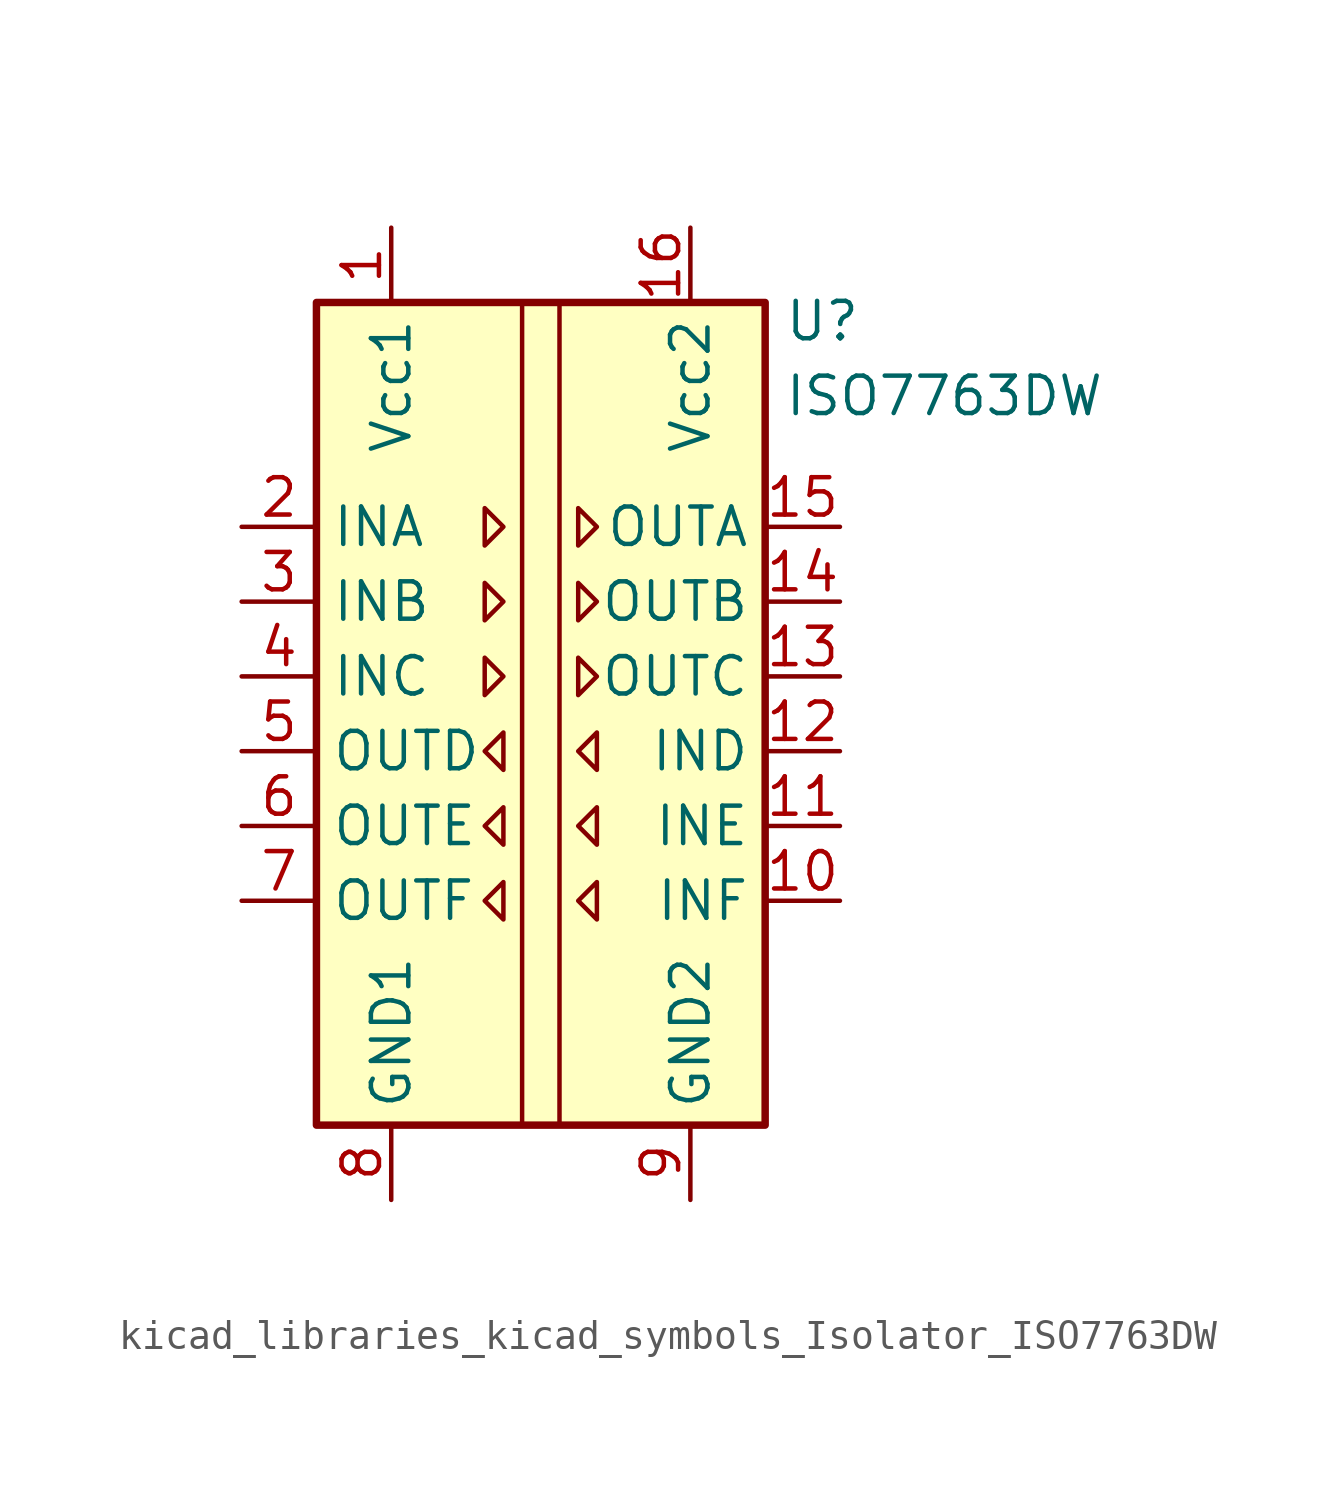
<source format=kicad_sym>
(kicad_symbol_lib
  (version 20220914)
  (generator kicad_symbol_editor)
  (symbol "kicad_libraries_kicad_symbols_Isolator_ISO7763DW"
    (property "Reference" "U"
      (at 8.255 14.605 0)
      (effects (font (size 1.27 1.27)) (justify left)))
    (property "Value" "ISO7763DW"
      (at 8.255 12.065 0)
      (effects (font (size 1.27 1.27)) (justify left)))
    (symbol "kicad_libraries_kicad_symbols_Isolator_ISO7763DW_0_1"
      (rectangle (start -7.62 15.24) (end 7.62 -12.7) (stroke (width 0.254) (type default)) (fill (type background)))
      (polyline (pts (xy -0.635 15.24) (xy -0.635 -12.7)) (stroke (width 0) (type default)) (fill (type none)))
      (polyline (pts (xy 0.635 15.24) (xy 0.635 -12.7)) (stroke (width 0) (type default)) (fill (type none)))
      (polyline (pts (xy -1.905 8.255) (xy -1.27 7.62) (xy -1.905 6.985) (xy -1.905 8.255)) (stroke (width 0) (type default)) (fill (type none)))
      (polyline (pts (xy 1.27 8.255) (xy 1.905 7.62) (xy 1.27 6.985) (xy 1.27 8.255)) (stroke (width 0) (type default)) (fill (type none))))
    (symbol "kicad_libraries_kicad_symbols_Isolator_ISO7763DW_1_1"
      (polyline (pts (xy -1.905 3.175) (xy -1.27 2.54) (xy -1.905 1.905) (xy -1.905 3.175)) (stroke (width 0) (type default)) (fill (type none)))
      (polyline (pts (xy -1.905 5.715) (xy -1.27 5.08) (xy -1.905 4.445) (xy -1.905 5.715)) (stroke (width 0) (type default)) (fill (type none)))
      (polyline (pts (xy -1.27 -4.445) (xy -1.905 -5.08) (xy -1.27 -5.715) (xy -1.27 -4.445)) (stroke (width 0) (type default)) (fill (type none)))
      (polyline (pts (xy -1.27 -1.905) (xy -1.905 -2.54) (xy -1.27 -3.175) (xy -1.27 -1.905)) (stroke (width 0) (type default)) (fill (type none)))
      (polyline (pts (xy -1.27 0.635) (xy -1.905 0) (xy -1.27 -0.635) (xy -1.27 0.635)) (stroke (width 0) (type default)) (fill (type none)))
      (polyline (pts (xy 1.27 3.175) (xy 1.905 2.54) (xy 1.27 1.905) (xy 1.27 3.175)) (stroke (width 0) (type default)) (fill (type none)))
      (polyline (pts (xy 1.27 5.715) (xy 1.905 5.08) (xy 1.27 4.445) (xy 1.27 5.715)) (stroke (width 0) (type default)) (fill (type none)))
      (polyline (pts (xy 1.905 -4.445) (xy 1.27 -5.08) (xy 1.905 -5.715) (xy 1.905 -4.445)) (stroke (width 0) (type default)) (fill (type none)))
      (polyline (pts (xy 1.905 -1.905) (xy 1.27 -2.54) (xy 1.905 -3.175) (xy 1.905 -1.905)) (stroke (width 0) (type default)) (fill (type none)))
      (polyline (pts (xy 1.905 0.635) (xy 1.27 0) (xy 1.905 -0.635) (xy 1.905 0.635)) (stroke (width 0) (type default)) (fill (type none)))
      (pin power_in line (at -5.08 17.78 270) (length 2.54) (name "Vcc1" (effects (font (size 1.27 1.27)))) (number "1" (effects (font (size 1.27 1.27)))))
      (pin input line (at 10.16 -5.08 180) (length 2.54) (name "INF" (effects (font (size 1.27 1.27)))) (number "10" (effects (font (size 1.27 1.27)))))
      (pin input line (at 10.16 -2.54 180) (length 2.54) (name "INE" (effects (font (size 1.27 1.27)))) (number "11" (effects (font (size 1.27 1.27)))))
      (pin input line (at 10.16 0 180) (length 2.54) (name "IND" (effects (font (size 1.27 1.27)))) (number "12" (effects (font (size 1.27 1.27)))))
      (pin output line (at 10.16 2.54 180) (length 2.54) (name "OUTC" (effects (font (size 1.27 1.27)))) (number "13" (effects (font (size 1.27 1.27)))))
      (pin output line (at 10.16 5.08 180) (length 2.54) (name "OUTB" (effects (font (size 1.27 1.27)))) (number "14" (effects (font (size 1.27 1.27)))))
      (pin output line (at 10.16 7.62 180) (length 2.54) (name "OUTA" (effects (font (size 1.27 1.27)))) (number "15" (effects (font (size 1.27 1.27)))))
      (pin power_in line (at 5.08 17.78 270) (length 2.54) (name "Vcc2" (effects (font (size 1.27 1.27)))) (number "16" (effects (font (size 1.27 1.27)))))
      (pin input line (at -10.16 7.62 0) (length 2.54) (name "INA" (effects (font (size 1.27 1.27)))) (number "2" (effects (font (size 1.27 1.27)))))
      (pin input line (at -10.16 5.08 0) (length 2.54) (name "INB" (effects (font (size 1.27 1.27)))) (number "3" (effects (font (size 1.27 1.27)))))
      (pin input line (at -10.16 2.54 0) (length 2.54) (name "INC" (effects (font (size 1.27 1.27)))) (number "4" (effects (font (size 1.27 1.27)))))
      (pin output line (at -10.16 0 0) (length 2.54) (name "OUTD" (effects (font (size 1.27 1.27)))) (number "5" (effects (font (size 1.27 1.27)))))
      (pin output line (at -10.16 -2.54 0) (length 2.54) (name "OUTE" (effects (font (size 1.27 1.27)))) (number "6" (effects (font (size 1.27 1.27)))))
      (pin output line (at -10.16 -5.08 0) (length 2.54) (name "OUTF" (effects (font (size 1.27 1.27)))) (number "7" (effects (font (size 1.27 1.27)))))
      (pin power_in line (at -5.08 -15.24 90) (length 2.54) (name "GND1" (effects (font (size 1.27 1.27)))) (number "8" (effects (font (size 1.27 1.27)))))
      (pin power_in line (at 5.08 -15.24 90) (length 2.54) (name "GND2" (effects (font (size 1.27 1.27)))) (number "9" (effects (font (size 1.27 1.27))))))))
</source>
